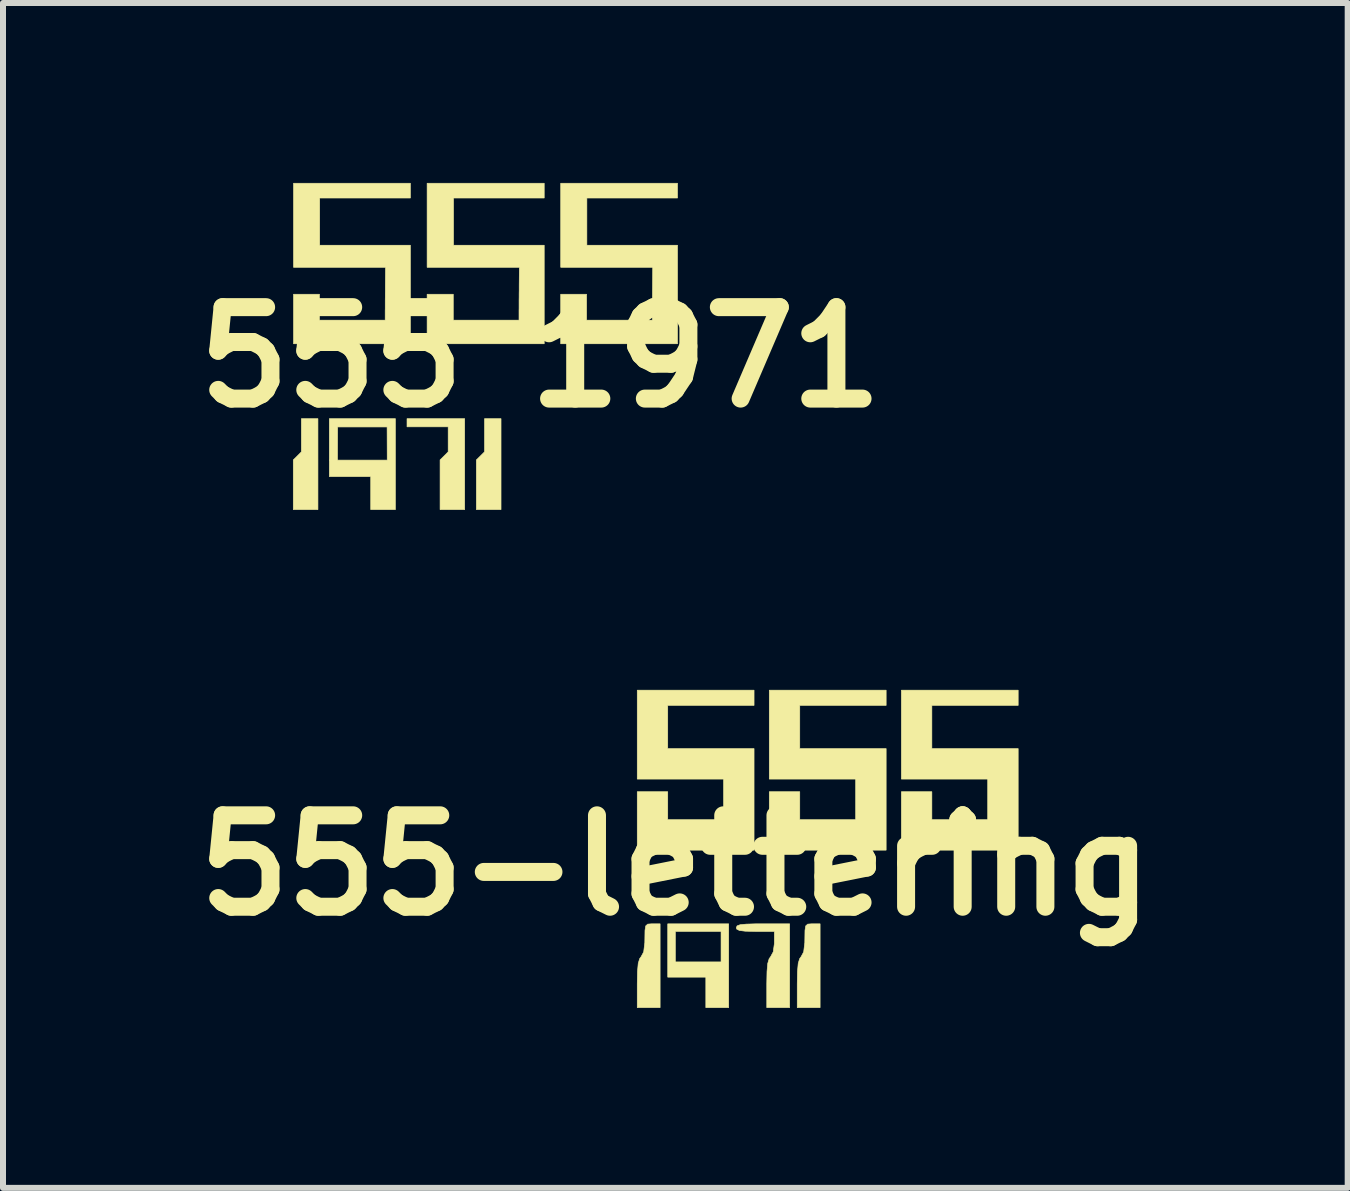
<source format=kicad_pcb>
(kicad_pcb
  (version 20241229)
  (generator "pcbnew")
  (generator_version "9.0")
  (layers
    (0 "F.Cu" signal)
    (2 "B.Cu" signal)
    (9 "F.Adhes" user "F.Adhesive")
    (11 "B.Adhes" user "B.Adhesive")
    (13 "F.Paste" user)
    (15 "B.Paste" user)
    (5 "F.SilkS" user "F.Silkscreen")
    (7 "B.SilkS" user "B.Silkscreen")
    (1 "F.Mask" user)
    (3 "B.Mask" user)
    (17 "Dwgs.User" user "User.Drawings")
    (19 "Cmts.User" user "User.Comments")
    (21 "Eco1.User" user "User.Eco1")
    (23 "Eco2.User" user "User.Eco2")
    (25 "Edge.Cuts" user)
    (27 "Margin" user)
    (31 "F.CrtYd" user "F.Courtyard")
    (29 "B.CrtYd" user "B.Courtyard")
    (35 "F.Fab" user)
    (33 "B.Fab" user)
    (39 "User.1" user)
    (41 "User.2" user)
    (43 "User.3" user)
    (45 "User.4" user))
  (footprint "555-lettering"
    (layer "F.Cu")
    (at 8.208 11.376)
    (property "Reference" "555-lettering" (at 0 0 0) (layer "F.SilkS") (effects (font (size 1.524 1.524) (thickness 0.3))))
    (attr through_hole)
    (fp_poly (pts (xy 0.889 2.371) (xy 0.508 2.371) (xy 0.508 1.863) (xy -0.127 1.863) (xy -0.127 1.101) (xy 0 1.101) (xy 0 1.609) (xy 0.762 1.609) (xy 0.762 1.101) (xy 0 1.101) (xy -0.127 1.101) (xy -0.127 0.974) (xy 0.889 0.974) (xy 0.889 2.371)) (stroke (width 0.01) (type solid)) (fill yes) (layer "F.SilkS"))
    (fp_poly (pts (xy 1.312 -2.667) (xy -0.127 -2.667) (xy -0.127 -1.947) (xy 1.312 -1.947) (xy 1.312 -0.254) (xy -0.635 -0.254) (xy -0.635 -1.228) (xy -0.127 -1.228) (xy -0.127 -0.762) (xy 0.804 -0.762) (xy 0.804 -1.439) (xy -0.635 -1.439) (xy -0.635 -2.921) (xy 1.312 -2.921) (xy 1.312 -2.667)) (stroke (width 0.01) (type solid)) (fill yes) (layer "F.SilkS"))
    (fp_poly (pts (xy 3.514 -2.667) (xy 2.074 -2.667) (xy 2.074 -1.947) (xy 3.514 -1.947) (xy 3.514 -0.254) (xy 1.566 -0.254) (xy 1.566 -1.228) (xy 2.074 -1.228) (xy 2.074 -0.762) (xy 3.006 -0.762) (xy 3.006 -1.439) (xy 1.566 -1.439) (xy 1.566 -2.921) (xy 3.514 -2.921) (xy 3.514 -2.667)) (stroke (width 0.01) (type solid)) (fill yes) (layer "F.SilkS"))
    (fp_poly (pts (xy 5.715 -2.667) (xy 4.276 -2.667) (xy 4.276 -1.947) (xy 5.715 -1.947) (xy 5.715 -0.254) (xy 3.768 -0.254) (xy 3.768 -1.228) (xy 4.276 -1.228) (xy 4.276 -0.762) (xy 5.207 -0.762) (xy 5.207 -1.439) (xy 3.768 -1.439) (xy 3.768 -2.921) (xy 5.715 -2.921) (xy 5.715 -2.667)) (stroke (width 0.01) (type solid)) (fill yes) (layer "F.SilkS"))
    (fp_poly (pts (xy -0.254 2.371) (xy -0.635 2.371) (xy -0.635 1.974) (xy -0.631 1.769) (xy -0.619 1.635) (xy -0.595 1.555) (xy -0.572 1.524) (xy -0.528 1.443) (xy -0.509 1.289) (xy -0.508 1.222) (xy -0.506 1.084) (xy -0.494 1.009) (xy -0.461 0.979) (xy -0.397 0.974) (xy -0.381 0.974) (xy -0.254 0.974) (xy -0.254 2.371)) (stroke (width 0.01) (type solid)) (fill yes) (layer "F.SilkS"))
    (fp_poly (pts (xy 2.413 2.371) (xy 2.032 2.371) (xy 2.032 1.974) (xy 2.036 1.769) (xy 2.048 1.635) (xy 2.072 1.555) (xy 2.095 1.524) (xy 2.139 1.443) (xy 2.158 1.289) (xy 2.159 1.222) (xy 2.161 1.084) (xy 2.173 1.009) (xy 2.206 0.979) (xy 2.27 0.974) (xy 2.286 0.974) (xy 2.413 0.974) (xy 2.413 2.371)) (stroke (width 0.01) (type solid)) (fill yes) (layer "F.SilkS"))
    (fp_poly (pts (xy 1.905 2.371) (xy 1.524 2.371) (xy 1.524 1.974) (xy 1.528 1.769) (xy 1.54 1.635) (xy 1.564 1.555) (xy 1.587 1.524) (xy 1.632 1.441) (xy 1.651 1.302) (xy 1.651 1.286) (xy 1.651 1.101) (xy 1.333 1.101) (xy 1.166 1.097) (xy 1.068 1.085) (xy 1.023 1.062) (xy 1.016 1.037) (xy 1.03 1.008) (xy 1.08 0.989) (xy 1.18 0.979) (xy 1.343 0.974) (xy 1.46 0.974) (xy 1.905 0.974) (xy 1.905 2.371)) (stroke (width 0.01) (type solid)) (fill yes) (layer "F.SilkS")))
  (footprint "555 1971"
    (layer "F.Cu")
    (at 5.958 2.905)
    (property "Reference" "555 1971" (at 0 0 0) (layer "F.SilkS") (effects (font (size 1.524 1.524) (thickness 0.3))))
    (attr through_hole)
    (fp_poly (pts (xy -3.708 2.54) (xy -4.119 2.54) (xy -4.119 1.712) (xy -4.051 1.645) (xy -3.984 1.577) (xy -3.984 1.024) (xy -3.708 1.024) (xy -3.708 2.54)) (stroke (width 0.01) (type solid)) (fill yes) (layer "F.SilkS"))
    (fp_poly (pts (xy -0.656 2.54) (xy -1.067 2.54) (xy -1.067 1.712) (xy -0.999 1.645) (xy -0.931 1.577) (xy -0.931 1.024) (xy -0.656 1.024) (xy -0.656 2.54)) (stroke (width 0.01) (type solid)) (fill yes) (layer "F.SilkS"))
    (fp_poly (pts (xy -1.262 2.54) (xy -1.672 2.54) (xy -1.672 1.712) (xy -1.604 1.645) (xy -1.537 1.577) (xy -1.537 1.16) (xy -2.223 1.16) (xy -2.223 1.024) (xy -1.262 1.024) (xy -1.262 2.54)) (stroke (width 0.01) (type solid)) (fill yes) (layer "F.SilkS"))
    (fp_poly (pts (xy -2.417 2.54) (xy -2.828 2.54) (xy -2.828 1.99) (xy -3.518 1.99) (xy -3.518 1.715) (xy -3.382 1.715) (xy -2.553 1.715) (xy -2.555 1.162) (xy -3.38 1.162) (xy -3.382 1.715) (xy -3.518 1.715) (xy -3.518 1.024) (xy -2.417 1.024) (xy -2.417 2.54)) (stroke (width 0.01) (type solid)) (fill yes) (layer "F.SilkS"))
    (fp_poly (pts (xy -2.167 -2.654) (xy -3.679 -2.654) (xy -3.679 -1.867) (xy -2.167 -1.867) (xy -2.167 -0.224) (xy -4.115 -0.224) (xy -4.115 -1.05) (xy -3.683 -1.05) (xy -3.683 -0.618) (xy -2.587 -0.618) (xy -2.587 -0.75) (xy -2.587 -0.778) (xy -2.586 -0.812) (xy -2.586 -0.853) (xy -2.586 -0.899) (xy -2.586 -0.949) (xy -2.585 -1.002) (xy -2.585 -1.057) (xy -2.584 -1.112) (xy -2.584 -1.168) (xy -2.584 -1.191) (xy -2.581 -1.499) (xy -4.115 -1.499) (xy -4.115 -2.9) (xy -2.167 -2.9) (xy -2.167 -2.654)) (stroke (width 0.01) (type solid)) (fill yes) (layer "F.SilkS"))
    (fp_poly (pts (xy 0.064 -2.654) (xy -1.448 -2.654) (xy -1.448 -1.867) (xy 0.064 -1.867) (xy 0.064 -0.224) (xy -1.888 -0.224) (xy -1.888 -1.05) (xy -1.452 -1.05) (xy -1.452 -0.618) (xy -0.356 -0.618) (xy -0.356 -0.75) (xy -0.356 -0.778) (xy -0.355 -0.812) (xy -0.355 -0.853) (xy -0.355 -0.899) (xy -0.355 -0.949) (xy -0.354 -1.002) (xy -0.354 -1.057) (xy -0.353 -1.112) (xy -0.353 -1.168) (xy -0.353 -1.191) (xy -0.35 -1.499) (xy -1.888 -1.499) (xy -1.888 -2.9) (xy 0.064 -2.9) (xy 0.064 -2.654)) (stroke (width 0.01) (type solid)) (fill yes) (layer "F.SilkS"))
    (fp_poly (pts (xy 2.286 -2.654) (xy 0.775 -2.654) (xy 0.775 -1.867) (xy 2.286 -1.867) (xy 2.286 -0.224) (xy 0.339 -0.224) (xy 0.339 -1.05) (xy 0.77 -1.05) (xy 0.77 -0.618) (xy 1.867 -0.618) (xy 1.867 -0.75) (xy 1.867 -0.778) (xy 1.867 -0.812) (xy 1.867 -0.853) (xy 1.868 -0.899) (xy 1.868 -0.949) (xy 1.868 -1.002) (xy 1.869 -1.057) (xy 1.869 -1.112) (xy 1.87 -1.168) (xy 1.87 -1.191) (xy 1.873 -1.499) (xy 0.339 -1.499) (xy 0.339 -2.9) (xy 2.286 -2.9) (xy 2.286 -2.654)) (stroke (width 0.01) (type solid)) (fill yes) (layer "F.SilkS")))
  (gr_rect
    (start -3 -3)
    (end 19.416 16.752)
    (stroke (width 0.1) (type default))
    (fill no)
    (layer "Edge.Cuts")))
</source>
